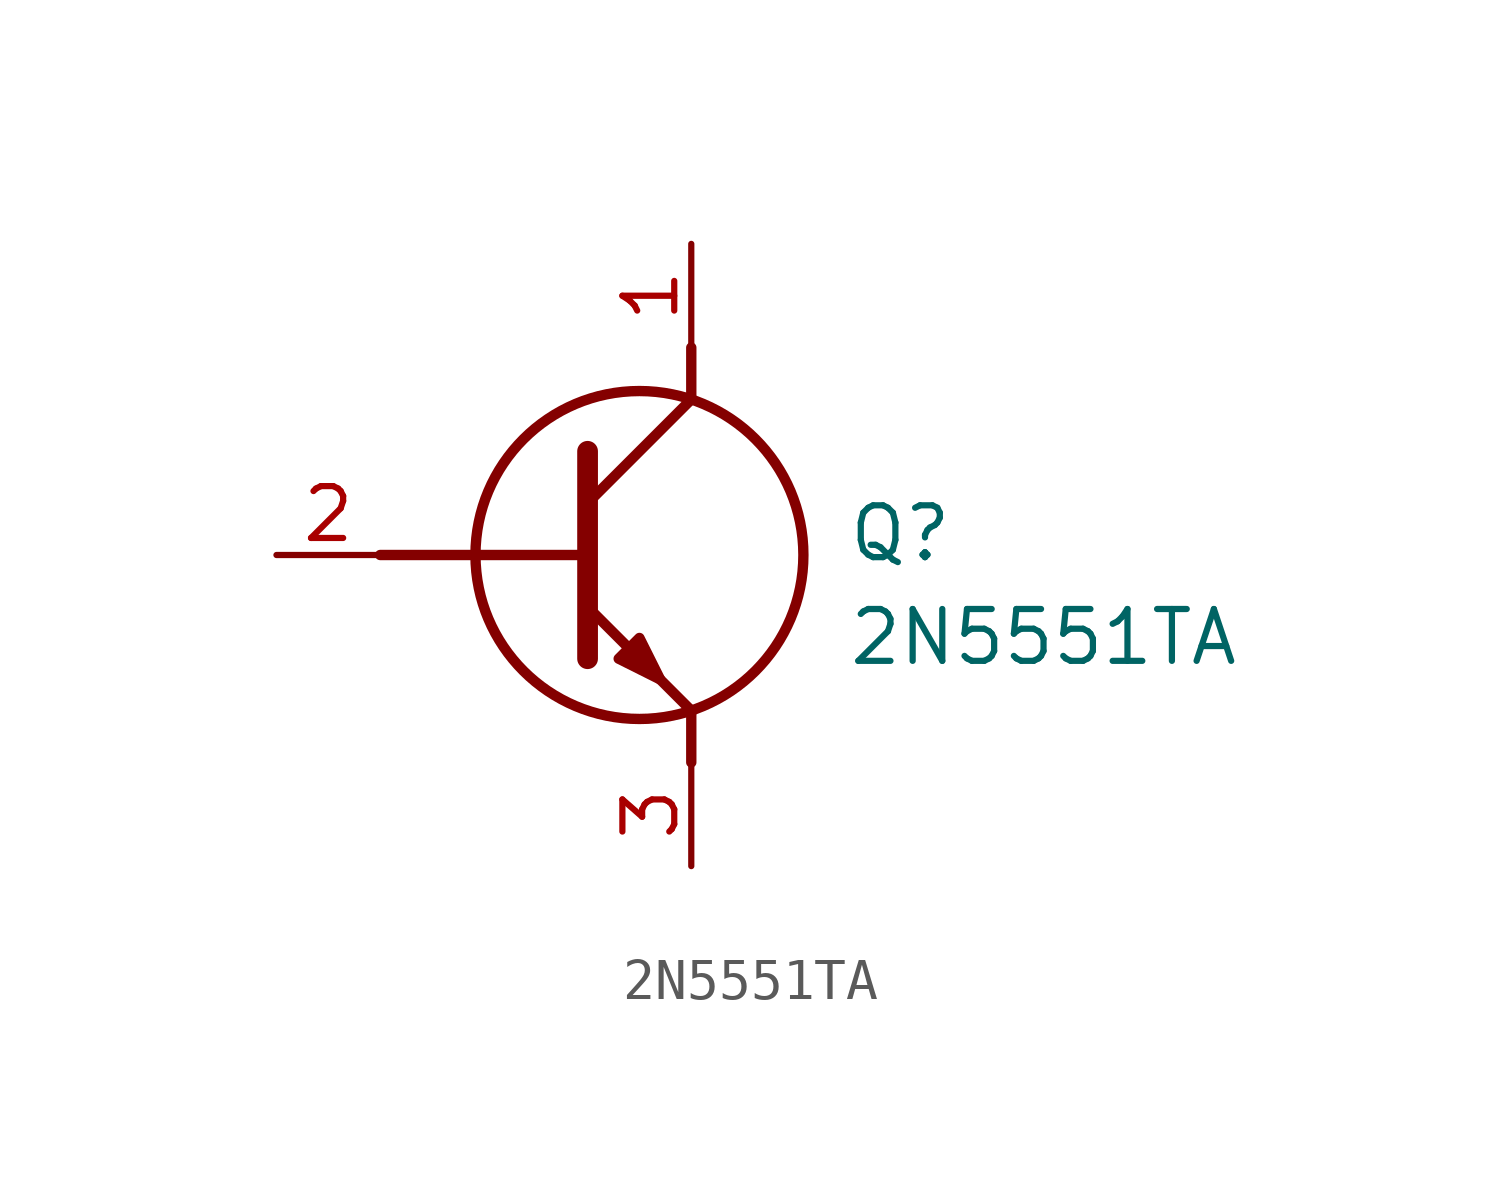
<source format=kicad_sym>
(kicad_symbol_lib
  (version 20211014)
  (generator SamacSys_ECAD_Model)
  (symbol "2N5551TA"
    (pin_names hide)
    (property "Reference" "Q"
      (at 13.97 1.27 0)
      (effects (font (size 1.27 1.27)) (justify left top)))
    (property "Value" "2N5551TA"
      (at 13.97 -1.27 0)
      (effects (font (size 1.27 1.27)) (justify left top)))
    (polyline
      (pts (xy 7.62 2.54) (xy 7.62 -2.54))
      (stroke (width 0.508) (type default))
      (fill (type none)))
    (polyline
      (pts (xy 7.62 1.27) (xy 10.16 3.81))
      (stroke (width 0.254) (type default))
      (fill (type none)))
    (polyline
      (pts (xy 7.62 -1.27) (xy 10.16 -3.81))
      (stroke (width 0.254) (type default))
      (fill (type none)))
    (polyline
      (pts (xy 10.16 -3.81) (xy 10.16 -5.08))
      (stroke (width 0.254) (type default))
      (fill (type none)))
    (polyline
      (pts (xy 10.16 3.81) (xy 10.16 5.08))
      (stroke (width 0.254) (type default))
      (fill (type none)))
    (polyline
      (pts (xy 2.54 0) (xy 7.62 0))
      (stroke (width 0.254) (type default))
      (fill (type none)))
    (circle
      (center 8.89 0)
      (radius 4.016)
      (stroke (width 0.254) (type default))
      (fill (type none)))
    (polyline
      (pts (xy 8.382 -2.54) (xy 8.89 -2.032) (xy 9.398 -3.048) (xy 8.382 -2.54))
      (stroke (width 0.254) (type default))
      (fill (type outline)))
    (pin passive line
      (at 0 0 0)
      (length 2.54)
      (name "B" (effects (font (size 1.27 1.27))))
      (number "2" (effects (font (size 1.27 1.27)))))
    (pin passive line
      (at 10.16 -7.62 90)
      (length 2.54)
      (name "E" (effects (font (size 1.27 1.27))))
      (number "3" (effects (font (size 1.27 1.27)))))
    (pin passive line
      (at 10.16 7.62 270)
      (length 2.54)
      (name "C" (effects (font (size 1.27 1.27))))
      (number "1" (effects (font (size 1.27 1.27)))))))
</source>
